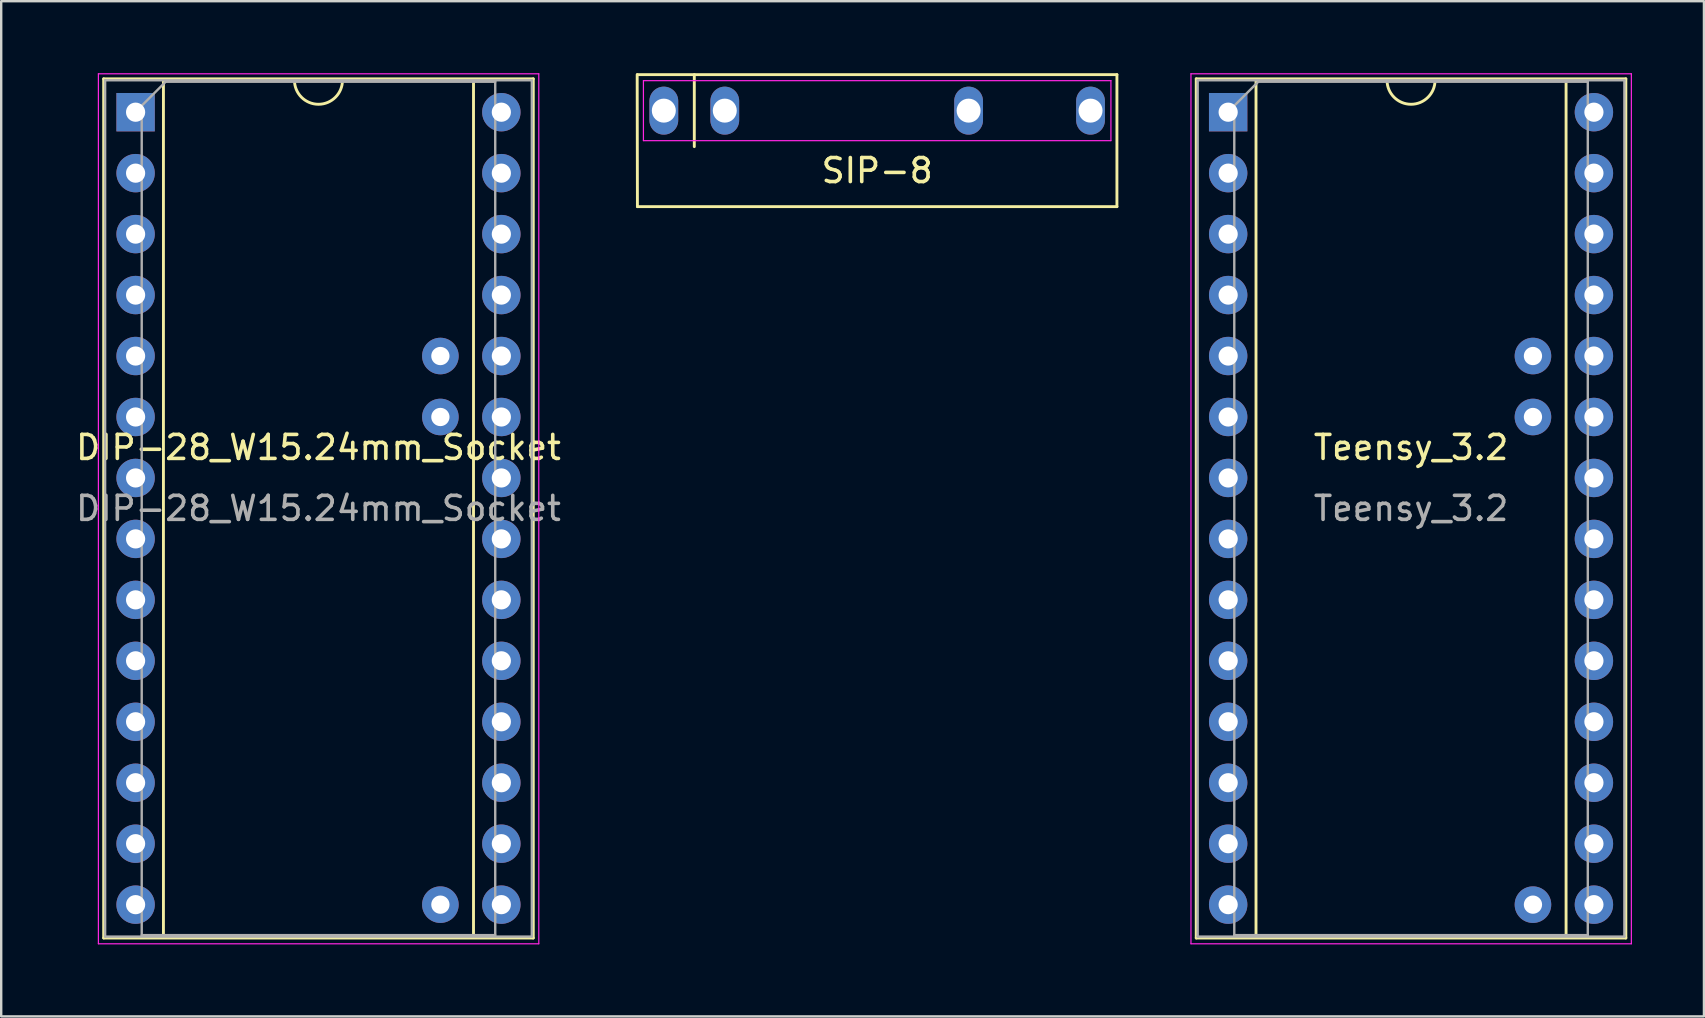
<source format=kicad_pcb>
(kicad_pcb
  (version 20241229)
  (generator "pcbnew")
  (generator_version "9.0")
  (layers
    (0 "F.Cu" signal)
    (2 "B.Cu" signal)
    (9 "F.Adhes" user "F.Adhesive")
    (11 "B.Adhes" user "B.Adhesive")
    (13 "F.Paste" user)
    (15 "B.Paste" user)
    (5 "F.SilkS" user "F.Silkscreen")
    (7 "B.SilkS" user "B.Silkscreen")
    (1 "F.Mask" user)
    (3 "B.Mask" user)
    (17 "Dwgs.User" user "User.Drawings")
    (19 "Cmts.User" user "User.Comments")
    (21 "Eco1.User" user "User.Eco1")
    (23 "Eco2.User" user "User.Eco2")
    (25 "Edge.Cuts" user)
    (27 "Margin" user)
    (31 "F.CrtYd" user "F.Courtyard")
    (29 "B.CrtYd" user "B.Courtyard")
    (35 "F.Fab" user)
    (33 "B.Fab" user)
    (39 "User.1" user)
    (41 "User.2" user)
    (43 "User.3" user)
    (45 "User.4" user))
  (footprint "Teensy_3.2"
    (layer "F.Cu")
    (at 48.125 1.625)
    (property "Reference" "Teensy_3.2" (at 7.62 13.97 0) (layer "F.SilkS") (effects (font (size 1 1) (thickness 0.15))))
    (attr through_hole)
    (fp_line (start -1.33 -1.39) (end -1.33 34.41) (stroke (width 0.12) (type solid)) (layer "F.SilkS"))
    (fp_line (start -1.33 34.41) (end 16.57 34.41) (stroke (width 0.12) (type solid)) (layer "F.SilkS"))
    (fp_line (start 1.16 -1.33) (end 1.16 34.35) (stroke (width 0.12) (type solid)) (layer "F.SilkS"))
    (fp_line (start 1.16 34.35) (end 14.08 34.35) (stroke (width 0.12) (type solid)) (layer "F.SilkS"))
    (fp_line (start 6.62 -1.33) (end 1.16 -1.33) (stroke (width 0.12) (type solid)) (layer "F.SilkS"))
    (fp_line (start 14.08 -1.33) (end 8.62 -1.33) (stroke (width 0.12) (type solid)) (layer "F.SilkS"))
    (fp_line (start 14.08 34.35) (end 14.08 -1.33) (stroke (width 0.12) (type solid)) (layer "F.SilkS"))
    (fp_line (start 16.57 -1.39) (end -1.33 -1.39) (stroke (width 0.12) (type solid)) (layer "F.SilkS"))
    (fp_line (start 16.57 34.41) (end 16.57 -1.39) (stroke (width 0.12) (type solid)) (layer "F.SilkS"))
    (fp_arc (start 8.62 -1.33) (mid 7.62 -0.33) (end 6.62 -1.33) (stroke (width 0.12) (type solid)) (layer "F.SilkS"))
    (fp_line (start -1.55 -1.6) (end -1.55 34.65) (stroke (width 0.05) (type solid)) (layer "F.CrtYd"))
    (fp_line (start -1.55 34.65) (end 16.8 34.65) (stroke (width 0.05) (type solid)) (layer "F.CrtYd"))
    (fp_line (start 16.8 -1.6) (end -1.55 -1.6) (stroke (width 0.05) (type solid)) (layer "F.CrtYd"))
    (fp_line (start 16.8 34.65) (end 16.8 -1.6) (stroke (width 0.05) (type solid)) (layer "F.CrtYd"))
    (fp_line (start -1.27 -1.33) (end -1.27 34.35) (stroke (width 0.1) (type solid)) (layer "F.Fab"))
    (fp_line (start -1.27 34.35) (end 16.51 34.35) (stroke (width 0.1) (type solid)) (layer "F.Fab"))
    (fp_line (start 0.255 -0.27) (end 1.255 -1.27) (stroke (width 0.1) (type solid)) (layer "F.Fab"))
    (fp_line (start 0.255 34.29) (end 0.255 -0.27) (stroke (width 0.1) (type solid)) (layer "F.Fab"))
    (fp_line (start 1.255 -1.27) (end 14.985 -1.27) (stroke (width 0.1) (type solid)) (layer "F.Fab"))
    (fp_line (start 14.985 -1.27) (end 14.985 34.29) (stroke (width 0.1) (type solid)) (layer "F.Fab"))
    (fp_line (start 14.985 34.29) (end 0.255 34.29) (stroke (width 0.1) (type solid)) (layer "F.Fab"))
    (fp_line (start 16.51 -1.33) (end -1.27 -1.33) (stroke (width 0.1) (type solid)) (layer "F.Fab"))
    (fp_line (start 16.51 34.35) (end 16.51 -1.33) (stroke (width 0.1) (type solid)) (layer "F.Fab"))
    (fp_text user "${REFERENCE}" (at 7.62 16.51 0) (layer "F.Fab") (effects (font (size 1 1) (thickness 0.15))))
    (pad "1" thru_hole rect (at 0 0) (size 1.6 1.6) (drill 0.8) (layers "*.Cu" "*.Mask"))
    (pad "2" thru_hole oval (at 0 2.54) (size 1.6 1.6) (drill 0.8) (layers "*.Cu" "*.Mask"))
    (pad "3" thru_hole oval (at 0 5.08) (size 1.6 1.6) (drill 0.8) (layers "*.Cu" "*.Mask"))
    (pad "4" thru_hole oval (at 0 7.62) (size 1.6 1.6) (drill 0.8) (layers "*.Cu" "*.Mask"))
    (pad "5" thru_hole oval (at 0 10.16) (size 1.6 1.6) (drill 0.8) (layers "*.Cu" "*.Mask"))
    (pad "6" thru_hole oval (at 0 12.7) (size 1.6 1.6) (drill 0.8) (layers "*.Cu" "*.Mask"))
    (pad "7" thru_hole oval (at 0 15.24) (size 1.6 1.6) (drill 0.8) (layers "*.Cu" "*.Mask"))
    (pad "8" thru_hole oval (at 0 17.78) (size 1.6 1.6) (drill 0.8) (layers "*.Cu" "*.Mask"))
    (pad "9" thru_hole oval (at 0 20.32) (size 1.6 1.6) (drill 0.8) (layers "*.Cu" "*.Mask"))
    (pad "10" thru_hole oval (at 0 22.86) (size 1.6 1.6) (drill 0.8) (layers "*.Cu" "*.Mask"))
    (pad "11" thru_hole oval (at 0 25.4) (size 1.6 1.6) (drill 0.8) (layers "*.Cu" "*.Mask"))
    (pad "12" thru_hole oval (at 0 27.94) (size 1.6 1.6) (drill 0.8) (layers "*.Cu" "*.Mask"))
    (pad "13" thru_hole oval (at 0 30.48) (size 1.6 1.6) (drill 0.8) (layers "*.Cu" "*.Mask"))
    (pad "14" thru_hole oval (at 0 33.02) (size 1.6 1.6) (drill 0.8) (layers "*.Cu" "*.Mask"))
    (pad "15" thru_hole oval (at 15.24 33.02) (size 1.6 1.6) (drill 0.8) (layers "*.Cu" "*.Mask"))
    (pad "16" thru_hole oval (at 15.24 30.48) (size 1.6 1.6) (drill 0.8) (layers "*.Cu" "*.Mask"))
    (pad "17" thru_hole oval (at 15.24 27.94) (size 1.6 1.6) (drill 0.8) (layers "*.Cu" "*.Mask"))
    (pad "18" thru_hole oval (at 15.24 25.4) (size 1.6 1.6) (drill 0.8) (layers "*.Cu" "*.Mask"))
    (pad "19" thru_hole oval (at 15.24 22.86) (size 1.6 1.6) (drill 0.8) (layers "*.Cu" "*.Mask"))
    (pad "20" thru_hole oval (at 15.24 20.32) (size 1.6 1.6) (drill 0.8) (layers "*.Cu" "*.Mask"))
    (pad "21" thru_hole oval (at 15.24 17.78) (size 1.6 1.6) (drill 0.8) (layers "*.Cu" "*.Mask"))
    (pad "22" thru_hole oval (at 15.24 15.24) (size 1.6 1.6) (drill 0.8) (layers "*.Cu" "*.Mask"))
    (pad "23" thru_hole oval (at 15.24 12.7) (size 1.6 1.6) (drill 0.8) (layers "*.Cu" "*.Mask"))
    (pad "24" thru_hole oval (at 15.24 10.16) (size 1.6 1.6) (drill 0.8) (layers "*.Cu" "*.Mask"))
    (pad "25" thru_hole oval (at 15.24 7.62) (size 1.6 1.6) (drill 0.8) (layers "*.Cu" "*.Mask"))
    (pad "26" thru_hole oval (at 15.24 5.08) (size 1.6 1.6) (drill 0.8) (layers "*.Cu" "*.Mask"))
    (pad "27" thru_hole oval (at 15.24 2.54) (size 1.6 1.6) (drill 0.8) (layers "*.Cu" "*.Mask"))
    (pad "28" thru_hole oval (at 15.24 0) (size 1.6 1.6) (drill 0.8) (layers "*.Cu" "*.Mask"))
    (pad "29" thru_hole circle (at 12.7 10.16) (size 1.524 1.524) (drill 0.762) (layers "*.Cu" "*.Mask"))
    (pad "30" thru_hole circle (at 12.7 12.7) (size 1.524 1.524) (drill 0.762) (layers "*.Cu" "*.Mask"))
    (pad "31" thru_hole circle (at 12.7 33.02) (size 1.524 1.524) (drill 0.762) (layers "*.Cu" "*.Mask")))
  (footprint "SIP-8"
    (layer "F.Cu")
    (at 33.5 1.56)
    (property "Reference" "SIP-8" (at 0 2.5 0) (layer "F.SilkS") (effects (font (size 1 1) (thickness 0.15))))
    (attr through_hole)
    (fp_line (start -9.99 -1.5) (end 9.99 -1.5) (stroke (width 0.12) (type solid)) (layer "F.SilkS"))
    (fp_line (start -9.99 4) (end -10 -1.5) (stroke (width 0.12) (type solid)) (layer "F.SilkS"))
    (fp_line (start -7.62 -1.5) (end -7.62 1.5) (stroke (width 0.12) (type solid)) (layer "F.SilkS"))
    (fp_line (start 9.99 -1.5) (end 9.99 4) (stroke (width 0.12) (type solid)) (layer "F.SilkS"))
    (fp_line (start 9.99 4) (end -9.99 4) (stroke (width 0.12) (type solid)) (layer "F.SilkS"))
    (fp_line (start -9.74 -1.25) (end 9.74 -1.25) (stroke (width 0.05) (type solid)) (layer "F.CrtYd"))
    (fp_line (start -9.74 1.25) (end -9.74 -1.25) (stroke (width 0.05) (type solid)) (layer "F.CrtYd"))
    (fp_line (start 9.74 -1.25) (end 9.74 1.25) (stroke (width 0.05) (type solid)) (layer "F.CrtYd"))
    (fp_line (start 9.74 1.25) (end -9.74 1.25) (stroke (width 0.05) (type solid)) (layer "F.CrtYd"))
    (pad "1" thru_hole oval (at -8.89 0) (size 1.2 2) (drill 1) (layers "*.Cu" "*.Mask"))
    (pad "2" thru_hole oval (at -6.35 0) (size 1.2 2) (drill 1) (layers "*.Cu" "*.Mask"))
    (pad "6" thru_hole oval (at 3.81 0) (size 1.2 2) (drill 1) (layers "*.Cu" "*.Mask"))
    (pad "8" thru_hole oval (at 8.89 0) (size 1.2 2) (drill 1) (layers "*.Cu" "*.Mask")))
  (footprint "DIP-28_W15.24mm_Socket"
    (layer "F.Cu")
    (at 2.6 1.625)
    (property "Reference" "DIP-28_W15.24mm_Socket" (at 7.62 13.97 0) (layer "F.SilkS") (effects (font (size 1 1) (thickness 0.15))))
    (attr through_hole)
    (fp_line (start -1.33 -1.39) (end -1.33 34.41) (stroke (width 0.12) (type solid)) (layer "F.SilkS"))
    (fp_line (start -1.33 34.41) (end 16.57 34.41) (stroke (width 0.12) (type solid)) (layer "F.SilkS"))
    (fp_line (start 1.16 -1.33) (end 1.16 34.35) (stroke (width 0.12) (type solid)) (layer "F.SilkS"))
    (fp_line (start 1.16 34.35) (end 14.08 34.35) (stroke (width 0.12) (type solid)) (layer "F.SilkS"))
    (fp_line (start 6.62 -1.33) (end 1.16 -1.33) (stroke (width 0.12) (type solid)) (layer "F.SilkS"))
    (fp_line (start 14.08 -1.33) (end 8.62 -1.33) (stroke (width 0.12) (type solid)) (layer "F.SilkS"))
    (fp_line (start 14.08 34.35) (end 14.08 -1.33) (stroke (width 0.12) (type solid)) (layer "F.SilkS"))
    (fp_line (start 16.57 -1.39) (end -1.33 -1.39) (stroke (width 0.12) (type solid)) (layer "F.SilkS"))
    (fp_line (start 16.57 34.41) (end 16.57 -1.39) (stroke (width 0.12) (type solid)) (layer "F.SilkS"))
    (fp_arc (start 8.62 -1.33) (mid 7.62 -0.33) (end 6.62 -1.33) (stroke (width 0.12) (type solid)) (layer "F.SilkS"))
    (fp_line (start -1.55 -1.6) (end -1.55 34.65) (stroke (width 0.05) (type solid)) (layer "F.CrtYd"))
    (fp_line (start -1.55 34.65) (end 16.8 34.65) (stroke (width 0.05) (type solid)) (layer "F.CrtYd"))
    (fp_line (start 16.8 -1.6) (end -1.55 -1.6) (stroke (width 0.05) (type solid)) (layer "F.CrtYd"))
    (fp_line (start 16.8 34.65) (end 16.8 -1.6) (stroke (width 0.05) (type solid)) (layer "F.CrtYd"))
    (fp_line (start -1.27 -1.33) (end -1.27 34.35) (stroke (width 0.1) (type solid)) (layer "F.Fab"))
    (fp_line (start -1.27 34.35) (end 16.51 34.35) (stroke (width 0.1) (type solid)) (layer "F.Fab"))
    (fp_line (start 0.255 -0.27) (end 1.255 -1.27) (stroke (width 0.1) (type solid)) (layer "F.Fab"))
    (fp_line (start 0.255 34.29) (end 0.255 -0.27) (stroke (width 0.1) (type solid)) (layer "F.Fab"))
    (fp_line (start 1.255 -1.27) (end 14.985 -1.27) (stroke (width 0.1) (type solid)) (layer "F.Fab"))
    (fp_line (start 14.985 -1.27) (end 14.985 34.29) (stroke (width 0.1) (type solid)) (layer "F.Fab"))
    (fp_line (start 14.985 34.29) (end 0.255 34.29) (stroke (width 0.1) (type solid)) (layer "F.Fab"))
    (fp_line (start 16.51 -1.33) (end -1.27 -1.33) (stroke (width 0.1) (type solid)) (layer "F.Fab"))
    (fp_line (start 16.51 34.35) (end 16.51 -1.33) (stroke (width 0.1) (type solid)) (layer "F.Fab"))
    (fp_text user "${REFERENCE}" (at 7.62 16.51 0) (layer "F.Fab") (effects (font (size 1 1) (thickness 0.15))))
    (pad "1" thru_hole rect (at 0 0) (size 1.6 1.6) (drill 0.8) (layers "*.Cu" "*.Mask"))
    (pad "2" thru_hole oval (at 0 2.54) (size 1.6 1.6) (drill 0.8) (layers "*.Cu" "*.Mask"))
    (pad "3" thru_hole oval (at 0 5.08) (size 1.6 1.6) (drill 0.8) (layers "*.Cu" "*.Mask"))
    (pad "4" thru_hole oval (at 0 7.62) (size 1.6 1.6) (drill 0.8) (layers "*.Cu" "*.Mask"))
    (pad "5" thru_hole oval (at 0 10.16) (size 1.6 1.6) (drill 0.8) (layers "*.Cu" "*.Mask"))
    (pad "6" thru_hole oval (at 0 12.7) (size 1.6 1.6) (drill 0.8) (layers "*.Cu" "*.Mask"))
    (pad "7" thru_hole oval (at 0 15.24) (size 1.6 1.6) (drill 0.8) (layers "*.Cu" "*.Mask"))
    (pad "8" thru_hole oval (at 0 17.78) (size 1.6 1.6) (drill 0.8) (layers "*.Cu" "*.Mask"))
    (pad "9" thru_hole oval (at 0 20.32) (size 1.6 1.6) (drill 0.8) (layers "*.Cu" "*.Mask"))
    (pad "10" thru_hole oval (at 0 22.86) (size 1.6 1.6) (drill 0.8) (layers "*.Cu" "*.Mask"))
    (pad "11" thru_hole oval (at 0 25.4) (size 1.6 1.6) (drill 0.8) (layers "*.Cu" "*.Mask"))
    (pad "12" thru_hole oval (at 0 27.94) (size 1.6 1.6) (drill 0.8) (layers "*.Cu" "*.Mask"))
    (pad "13" thru_hole oval (at 0 30.48) (size 1.6 1.6) (drill 0.8) (layers "*.Cu" "*.Mask"))
    (pad "14" thru_hole oval (at 0 33.02) (size 1.6 1.6) (drill 0.8) (layers "*.Cu" "*.Mask"))
    (pad "15" thru_hole oval (at 15.24 33.02) (size 1.6 1.6) (drill 0.8) (layers "*.Cu" "*.Mask"))
    (pad "16" thru_hole oval (at 15.24 30.48) (size 1.6 1.6) (drill 0.8) (layers "*.Cu" "*.Mask"))
    (pad "17" thru_hole oval (at 15.24 27.94) (size 1.6 1.6) (drill 0.8) (layers "*.Cu" "*.Mask"))
    (pad "18" thru_hole oval (at 15.24 25.4) (size 1.6 1.6) (drill 0.8) (layers "*.Cu" "*.Mask"))
    (pad "19" thru_hole oval (at 15.24 22.86) (size 1.6 1.6) (drill 0.8) (layers "*.Cu" "*.Mask"))
    (pad "20" thru_hole oval (at 15.24 20.32) (size 1.6 1.6) (drill 0.8) (layers "*.Cu" "*.Mask"))
    (pad "21" thru_hole oval (at 15.24 17.78) (size 1.6 1.6) (drill 0.8) (layers "*.Cu" "*.Mask"))
    (pad "22" thru_hole oval (at 15.24 15.24) (size 1.6 1.6) (drill 0.8) (layers "*.Cu" "*.Mask"))
    (pad "23" thru_hole oval (at 15.24 12.7) (size 1.6 1.6) (drill 0.8) (layers "*.Cu" "*.Mask"))
    (pad "24" thru_hole oval (at 15.24 10.16) (size 1.6 1.6) (drill 0.8) (layers "*.Cu" "*.Mask"))
    (pad "25" thru_hole oval (at 15.24 7.62) (size 1.6 1.6) (drill 0.8) (layers "*.Cu" "*.Mask"))
    (pad "26" thru_hole oval (at 15.24 5.08) (size 1.6 1.6) (drill 0.8) (layers "*.Cu" "*.Mask"))
    (pad "27" thru_hole oval (at 15.24 2.54) (size 1.6 1.6) (drill 0.8) (layers "*.Cu" "*.Mask"))
    (pad "28" thru_hole oval (at 15.24 0) (size 1.6 1.6) (drill 0.8) (layers "*.Cu" "*.Mask"))
    (pad "29" thru_hole circle (at 12.7 10.16) (size 1.524 1.524) (drill 0.762) (layers "*.Cu" "*.Mask"))
    (pad "30" thru_hole circle (at 12.7 12.7) (size 1.524 1.524) (drill 0.762) (layers "*.Cu" "*.Mask"))
    (pad "31" thru_hole circle (at 12.7 33.02) (size 1.524 1.524) (drill 0.762) (layers "*.Cu" "*.Mask")))
  (gr_rect
    (start -3 -3)
    (end 67.95 39.3)
    (stroke (width 0.1) (type default))
    (fill no)
    (layer "Edge.Cuts")))
</source>
